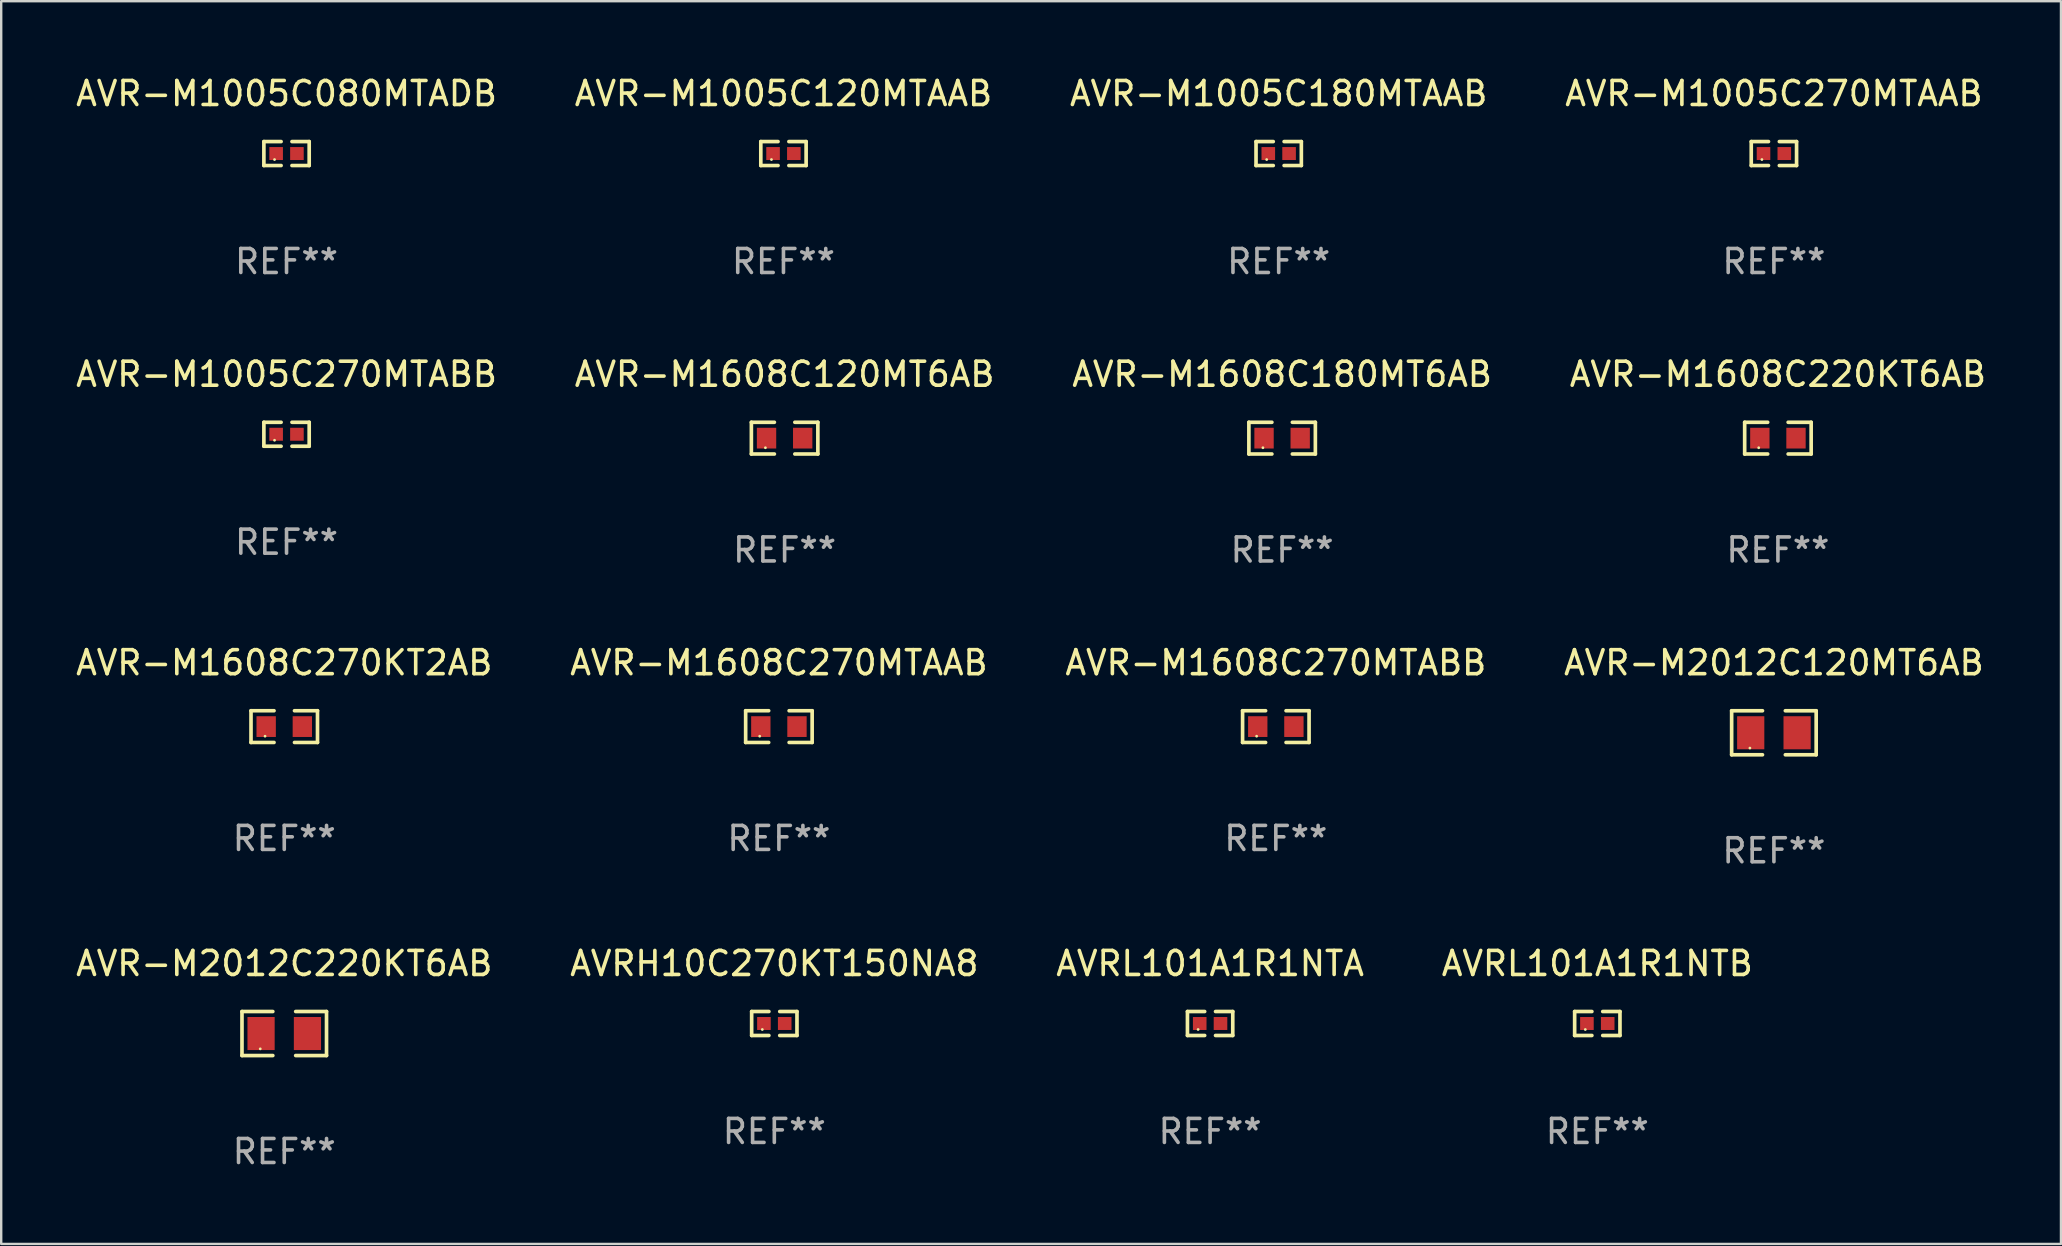
<source format=kicad_pcb>
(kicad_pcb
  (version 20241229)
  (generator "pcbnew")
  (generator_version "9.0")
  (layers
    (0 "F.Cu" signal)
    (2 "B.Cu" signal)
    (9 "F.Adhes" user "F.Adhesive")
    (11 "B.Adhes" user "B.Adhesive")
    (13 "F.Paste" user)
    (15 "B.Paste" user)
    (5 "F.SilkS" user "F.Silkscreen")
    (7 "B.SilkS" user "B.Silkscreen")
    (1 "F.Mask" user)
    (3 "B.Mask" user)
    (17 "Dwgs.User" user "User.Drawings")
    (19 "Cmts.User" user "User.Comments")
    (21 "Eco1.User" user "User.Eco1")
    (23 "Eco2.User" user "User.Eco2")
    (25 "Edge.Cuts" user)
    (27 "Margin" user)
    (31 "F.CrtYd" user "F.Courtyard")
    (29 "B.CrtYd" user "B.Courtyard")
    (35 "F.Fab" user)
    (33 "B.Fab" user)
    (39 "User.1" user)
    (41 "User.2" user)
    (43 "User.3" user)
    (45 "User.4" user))
  (footprint "AVRL101A1R1NTB"
    (layer "F.Cu")
    (at 63.494 39.589)
    (property "Reference" "AVRL101A1R1NTB" (at 0 -2.499 0) (layer "F.SilkS") (effects (font (size 1 1) (thickness 0.15))))
    (attr through_hole)
    (fp_line (start -0.944 -0.499) (end -0.226 -0.499) (stroke (width 0.152) (type solid)) (layer "F.SilkS"))
    (fp_line (start -0.944 0.499) (end -0.944 -0.499) (stroke (width 0.152) (type solid)) (layer "F.SilkS"))
    (fp_line (start -0.226 0.499) (end -0.944 0.499) (stroke (width 0.152) (type solid)) (layer "F.SilkS"))
    (fp_line (start 0.226 0.499) (end 0.944 0.499) (stroke (width 0.152) (type solid)) (layer "F.SilkS"))
    (fp_line (start 0.944 -0.499) (end 0.226 -0.499) (stroke (width 0.152) (type solid)) (layer "F.SilkS"))
    (fp_line (start 0.944 0.499) (end 0.944 -0.499) (stroke (width 0.152) (type solid)) (layer "F.SilkS"))
    (fp_circle (center -0.5 0.25) (end -0.47 0.25) (stroke (width 0.06) (type solid)) (fill no) (layer "F.SilkS"))
    (fp_text user "REF**" (at 0 4.499 0) (layer "F.Fab") (effects (font (size 1 1) (thickness 0.15))))
    (pad "1" smd rect (at -0.433 0) (size 0.566 0.54) (layers "F.Cu" "F.Mask" "F.Paste"))
    (pad "2" smd rect (at 0.433 0) (size 0.566 0.54) (layers "F.Cu" "F.Mask" "F.Paste")))
  (footprint "AVR-M2012C220KT6AB"
    (layer "F.Cu")
    (at 8.792 40.007)
    (property "Reference" "AVR-M2012C220KT6AB" (at 0 -2.917 0) (layer "F.SilkS") (effects (font (size 1 1) (thickness 0.15))))
    (attr through_hole)
    (fp_line (start -1.761 -0.917) (end -0.476 -0.917) (stroke (width 0.152) (type solid)) (layer "F.SilkS"))
    (fp_line (start -1.761 0.917) (end -1.761 -0.917) (stroke (width 0.152) (type solid)) (layer "F.SilkS"))
    (fp_line (start -0.476 0.917) (end -1.761 0.917) (stroke (width 0.152) (type solid)) (layer "F.SilkS"))
    (fp_line (start 0.476 0.917) (end 1.761 0.917) (stroke (width 0.152) (type solid)) (layer "F.SilkS"))
    (fp_line (start 1.761 -0.917) (end 0.476 -0.917) (stroke (width 0.152) (type solid)) (layer "F.SilkS"))
    (fp_line (start 1.761 0.917) (end 1.761 -0.917) (stroke (width 0.152) (type solid)) (layer "F.SilkS"))
    (fp_circle (center -1 0.638) (end -0.97 0.638) (stroke (width 0.06) (type solid)) (fill no) (layer "F.SilkS"))
    (fp_text user "REF**" (at 0 4.917 0) (layer "F.Fab") (effects (font (size 1 1) (thickness 0.15))))
    (pad "1" smd rect (at -0.966 0) (size 1.133 1.377) (layers "F.Cu" "F.Mask" "F.Paste"))
    (pad "2" smd rect (at 0.966 0) (size 1.133 1.377) (layers "F.Cu" "F.Mask" "F.Paste")))
  (footprint "AVR-M1608C270MTAAB"
    (layer "F.Cu")
    (at 29.399 27.22)
    (property "Reference" "AVR-M1608C270MTAAB" (at 0 -2.661 0) (layer "F.SilkS") (effects (font (size 1 1) (thickness 0.15))))
    (attr through_hole)
    (fp_line (start -1.385 -0.661) (end -0.426 -0.661) (stroke (width 0.152) (type solid)) (layer "F.SilkS"))
    (fp_line (start -1.385 0.661) (end -1.385 -0.661) (stroke (width 0.152) (type solid)) (layer "F.SilkS"))
    (fp_line (start -0.426 0.661) (end -1.385 0.661) (stroke (width 0.152) (type solid)) (layer "F.SilkS"))
    (fp_line (start 0.426 0.661) (end 1.385 0.661) (stroke (width 0.152) (type solid)) (layer "F.SilkS"))
    (fp_line (start 1.385 -0.661) (end 0.426 -0.661) (stroke (width 0.152) (type solid)) (layer "F.SilkS"))
    (fp_line (start 1.385 0.661) (end 1.385 -0.661) (stroke (width 0.152) (type solid)) (layer "F.SilkS"))
    (fp_circle (center -0.8 0.4) (end -0.77 0.4) (stroke (width 0.06) (type solid)) (fill no) (layer "F.SilkS"))
    (fp_text user "REF**" (at 0 4.661 0) (layer "F.Fab") (effects (font (size 1 1) (thickness 0.15))))
    (pad "1" smd rect (at -0.753 0) (size 0.806 0.864) (layers "F.Cu" "F.Mask" "F.Paste"))
    (pad "2" smd rect (at 0.753 0) (size 0.806 0.864) (layers "F.Cu" "F.Mask" "F.Paste")))
  (footprint "AVR-M1005C120MTAAB"
    (layer "F.Cu")
    (at 29.589 3.347)
    (property "Reference" "AVR-M1005C120MTAAB" (at 0 -2.499 0) (layer "F.SilkS") (effects (font (size 1 1) (thickness 0.15))))
    (attr through_hole)
    (fp_line (start -0.944 -0.499) (end -0.226 -0.499) (stroke (width 0.152) (type solid)) (layer "F.SilkS"))
    (fp_line (start -0.944 0.499) (end -0.944 -0.499) (stroke (width 0.152) (type solid)) (layer "F.SilkS"))
    (fp_line (start -0.226 0.499) (end -0.944 0.499) (stroke (width 0.152) (type solid)) (layer "F.SilkS"))
    (fp_line (start 0.226 0.499) (end 0.944 0.499) (stroke (width 0.152) (type solid)) (layer "F.SilkS"))
    (fp_line (start 0.944 -0.499) (end 0.226 -0.499) (stroke (width 0.152) (type solid)) (layer "F.SilkS"))
    (fp_line (start 0.944 0.499) (end 0.944 -0.499) (stroke (width 0.152) (type solid)) (layer "F.SilkS"))
    (fp_circle (center -0.5 0.25) (end -0.47 0.25) (stroke (width 0.06) (type solid)) (fill no) (layer "F.SilkS"))
    (fp_text user "REF**" (at 0 4.499 0) (layer "F.Fab") (effects (font (size 1 1) (thickness 0.15))))
    (pad "1" smd rect (at -0.433 0) (size 0.566 0.54) (layers "F.Cu" "F.Mask" "F.Paste"))
    (pad "2" smd rect (at 0.433 0) (size 0.566 0.54) (layers "F.Cu" "F.Mask" "F.Paste")))
  (footprint "AVRL101A1R1NTA"
    (layer "F.Cu")
    (at 47.363 39.589)
    (property "Reference" "AVRL101A1R1NTA" (at 0 -2.499 0) (layer "F.SilkS") (effects (font (size 1 1) (thickness 0.15))))
    (attr through_hole)
    (fp_line (start -0.944 -0.499) (end -0.226 -0.499) (stroke (width 0.152) (type solid)) (layer "F.SilkS"))
    (fp_line (start -0.944 0.499) (end -0.944 -0.499) (stroke (width 0.152) (type solid)) (layer "F.SilkS"))
    (fp_line (start -0.226 0.499) (end -0.944 0.499) (stroke (width 0.152) (type solid)) (layer "F.SilkS"))
    (fp_line (start 0.226 0.499) (end 0.944 0.499) (stroke (width 0.152) (type solid)) (layer "F.SilkS"))
    (fp_line (start 0.944 -0.499) (end 0.226 -0.499) (stroke (width 0.152) (type solid)) (layer "F.SilkS"))
    (fp_line (start 0.944 0.499) (end 0.944 -0.499) (stroke (width 0.152) (type solid)) (layer "F.SilkS"))
    (fp_circle (center -0.5 0.25) (end -0.47 0.25) (stroke (width 0.06) (type solid)) (fill no) (layer "F.SilkS"))
    (fp_text user "REF**" (at 0 4.499 0) (layer "F.Fab") (effects (font (size 1 1) (thickness 0.15))))
    (pad "1" smd rect (at -0.433 0) (size 0.566 0.54) (layers "F.Cu" "F.Mask" "F.Paste"))
    (pad "2" smd rect (at 0.433 0) (size 0.566 0.54) (layers "F.Cu" "F.Mask" "F.Paste")))
  (footprint "AVR-M1608C220KT6AB"
    (layer "F.Cu")
    (at 71.018 15.203)
    (property "Reference" "AVR-M1608C220KT6AB" (at 0 -2.661 0) (layer "F.SilkS") (effects (font (size 1 1) (thickness 0.15))))
    (attr through_hole)
    (fp_line (start -1.385 -0.661) (end -0.426 -0.661) (stroke (width 0.152) (type solid)) (layer "F.SilkS"))
    (fp_line (start -1.385 0.661) (end -1.385 -0.661) (stroke (width 0.152) (type solid)) (layer "F.SilkS"))
    (fp_line (start -0.426 0.661) (end -1.385 0.661) (stroke (width 0.152) (type solid)) (layer "F.SilkS"))
    (fp_line (start 0.426 0.661) (end 1.385 0.661) (stroke (width 0.152) (type solid)) (layer "F.SilkS"))
    (fp_line (start 1.385 -0.661) (end 0.426 -0.661) (stroke (width 0.152) (type solid)) (layer "F.SilkS"))
    (fp_line (start 1.385 0.661) (end 1.385 -0.661) (stroke (width 0.152) (type solid)) (layer "F.SilkS"))
    (fp_circle (center -0.8 0.4) (end -0.77 0.4) (stroke (width 0.06) (type solid)) (fill no) (layer "F.SilkS"))
    (fp_text user "REF**" (at 0 4.661 0) (layer "F.Fab") (effects (font (size 1 1) (thickness 0.15))))
    (pad "1" smd rect (at -0.753 0) (size 0.806 0.864) (layers "F.Cu" "F.Mask" "F.Paste"))
    (pad "2" smd rect (at 0.753 0) (size 0.806 0.864) (layers "F.Cu" "F.Mask" "F.Paste")))
  (footprint "AVR-M1608C120MT6AB"
    (layer "F.Cu")
    (at 29.637 15.203)
    (property "Reference" "AVR-M1608C120MT6AB" (at 0 -2.661 0) (layer "F.SilkS") (effects (font (size 1 1) (thickness 0.15))))
    (attr through_hole)
    (fp_line (start -1.385 -0.661) (end -0.426 -0.661) (stroke (width 0.152) (type solid)) (layer "F.SilkS"))
    (fp_line (start -1.385 0.661) (end -1.385 -0.661) (stroke (width 0.152) (type solid)) (layer "F.SilkS"))
    (fp_line (start -0.426 0.661) (end -1.385 0.661) (stroke (width 0.152) (type solid)) (layer "F.SilkS"))
    (fp_line (start 0.426 0.661) (end 1.385 0.661) (stroke (width 0.152) (type solid)) (layer "F.SilkS"))
    (fp_line (start 1.385 -0.661) (end 0.426 -0.661) (stroke (width 0.152) (type solid)) (layer "F.SilkS"))
    (fp_line (start 1.385 0.661) (end 1.385 -0.661) (stroke (width 0.152) (type solid)) (layer "F.SilkS"))
    (fp_circle (center -0.8 0.4) (end -0.77 0.4) (stroke (width 0.06) (type solid)) (fill no) (layer "F.SilkS"))
    (fp_text user "REF**" (at 0 4.661 0) (layer "F.Fab") (effects (font (size 1 1) (thickness 0.15))))
    (pad "1" smd rect (at -0.753 0) (size 0.806 0.864) (layers "F.Cu" "F.Mask" "F.Paste"))
    (pad "2" smd rect (at 0.753 0) (size 0.806 0.864) (layers "F.Cu" "F.Mask" "F.Paste")))
  (footprint "AVR-M1608C270KT2AB"
    (layer "F.Cu")
    (at 8.792 27.22)
    (property "Reference" "AVR-M1608C270KT2AB" (at 0 -2.661 0) (layer "F.SilkS") (effects (font (size 1 1) (thickness 0.15))))
    (attr through_hole)
    (fp_line (start -1.385 -0.661) (end -0.426 -0.661) (stroke (width 0.152) (type solid)) (layer "F.SilkS"))
    (fp_line (start -1.385 0.661) (end -1.385 -0.661) (stroke (width 0.152) (type solid)) (layer "F.SilkS"))
    (fp_line (start -0.426 0.661) (end -1.385 0.661) (stroke (width 0.152) (type solid)) (layer "F.SilkS"))
    (fp_line (start 0.426 0.661) (end 1.385 0.661) (stroke (width 0.152) (type solid)) (layer "F.SilkS"))
    (fp_line (start 1.385 -0.661) (end 0.426 -0.661) (stroke (width 0.152) (type solid)) (layer "F.SilkS"))
    (fp_line (start 1.385 0.661) (end 1.385 -0.661) (stroke (width 0.152) (type solid)) (layer "F.SilkS"))
    (fp_circle (center -0.8 0.4) (end -0.77 0.4) (stroke (width 0.06) (type solid)) (fill no) (layer "F.SilkS"))
    (fp_text user "REF**" (at 0 4.661 0) (layer "F.Fab") (effects (font (size 1 1) (thickness 0.15))))
    (pad "1" smd rect (at -0.753 0) (size 0.806 0.864) (layers "F.Cu" "F.Mask" "F.Paste"))
    (pad "2" smd rect (at 0.753 0) (size 0.806 0.864) (layers "F.Cu" "F.Mask" "F.Paste")))
  (footprint "AVR-M1608C180MT6AB"
    (layer "F.Cu")
    (at 50.363 15.203)
    (property "Reference" "AVR-M1608C180MT6AB" (at 0 -2.661 0) (layer "F.SilkS") (effects (font (size 1 1) (thickness 0.15))))
    (attr through_hole)
    (fp_line (start -1.385 -0.661) (end -0.426 -0.661) (stroke (width 0.152) (type solid)) (layer "F.SilkS"))
    (fp_line (start -1.385 0.661) (end -1.385 -0.661) (stroke (width 0.152) (type solid)) (layer "F.SilkS"))
    (fp_line (start -0.426 0.661) (end -1.385 0.661) (stroke (width 0.152) (type solid)) (layer "F.SilkS"))
    (fp_line (start 0.426 0.661) (end 1.385 0.661) (stroke (width 0.152) (type solid)) (layer "F.SilkS"))
    (fp_line (start 1.385 -0.661) (end 0.426 -0.661) (stroke (width 0.152) (type solid)) (layer "F.SilkS"))
    (fp_line (start 1.385 0.661) (end 1.385 -0.661) (stroke (width 0.152) (type solid)) (layer "F.SilkS"))
    (fp_circle (center -0.8 0.4) (end -0.77 0.4) (stroke (width 0.06) (type solid)) (fill no) (layer "F.SilkS"))
    (fp_text user "REF**" (at 0 4.661 0) (layer "F.Fab") (effects (font (size 1 1) (thickness 0.15))))
    (pad "1" smd rect (at -0.753 0) (size 0.806 0.864) (layers "F.Cu" "F.Mask" "F.Paste"))
    (pad "2" smd rect (at 0.753 0) (size 0.806 0.864) (layers "F.Cu" "F.Mask" "F.Paste")))
  (footprint "AVR-M1005C080MTADB"
    (layer "F.Cu")
    (at 8.887 3.347)
    (property "Reference" "AVR-M1005C080MTADB" (at 0 -2.499 0) (layer "F.SilkS") (effects (font (size 1 1) (thickness 0.15))))
    (attr through_hole)
    (fp_line (start -0.944 -0.499) (end -0.226 -0.499) (stroke (width 0.152) (type solid)) (layer "F.SilkS"))
    (fp_line (start -0.944 0.499) (end -0.944 -0.499) (stroke (width 0.152) (type solid)) (layer "F.SilkS"))
    (fp_line (start -0.226 0.499) (end -0.944 0.499) (stroke (width 0.152) (type solid)) (layer "F.SilkS"))
    (fp_line (start 0.226 0.499) (end 0.944 0.499) (stroke (width 0.152) (type solid)) (layer "F.SilkS"))
    (fp_line (start 0.944 -0.499) (end 0.226 -0.499) (stroke (width 0.152) (type solid)) (layer "F.SilkS"))
    (fp_line (start 0.944 0.499) (end 0.944 -0.499) (stroke (width 0.152) (type solid)) (layer "F.SilkS"))
    (fp_circle (center -0.5 0.25) (end -0.47 0.25) (stroke (width 0.06) (type solid)) (fill no) (layer "F.SilkS"))
    (fp_text user "REF**" (at 0 4.499 0) (layer "F.Fab") (effects (font (size 1 1) (thickness 0.15))))
    (pad "1" smd rect (at -0.433 0) (size 0.566 0.54) (layers "F.Cu" "F.Mask" "F.Paste"))
    (pad "2" smd rect (at 0.433 0) (size 0.566 0.54) (layers "F.Cu" "F.Mask" "F.Paste")))
  (footprint "AVR-M2012C120MT6AB"
    (layer "F.Cu")
    (at 70.851 27.477)
    (property "Reference" "AVR-M2012C120MT6AB" (at 0 -2.917 0) (layer "F.SilkS") (effects (font (size 1 1) (thickness 0.15))))
    (attr through_hole)
    (fp_line (start -1.761 -0.917) (end -0.476 -0.917) (stroke (width 0.152) (type solid)) (layer "F.SilkS"))
    (fp_line (start -1.761 0.917) (end -1.761 -0.917) (stroke (width 0.152) (type solid)) (layer "F.SilkS"))
    (fp_line (start -0.476 0.917) (end -1.761 0.917) (stroke (width 0.152) (type solid)) (layer "F.SilkS"))
    (fp_line (start 0.476 0.917) (end 1.761 0.917) (stroke (width 0.152) (type solid)) (layer "F.SilkS"))
    (fp_line (start 1.761 -0.917) (end 0.476 -0.917) (stroke (width 0.152) (type solid)) (layer "F.SilkS"))
    (fp_line (start 1.761 0.917) (end 1.761 -0.917) (stroke (width 0.152) (type solid)) (layer "F.SilkS"))
    (fp_circle (center -1 0.638) (end -0.97 0.638) (stroke (width 0.06) (type solid)) (fill no) (layer "F.SilkS"))
    (fp_text user "REF**" (at 0 4.917 0) (layer "F.Fab") (effects (font (size 1 1) (thickness 0.15))))
    (pad "1" smd rect (at -0.966 0) (size 1.133 1.377) (layers "F.Cu" "F.Mask" "F.Paste"))
    (pad "2" smd rect (at 0.966 0) (size 1.133 1.377) (layers "F.Cu" "F.Mask" "F.Paste")))
  (footprint "AVR-M1608C270MTABB"
    (layer "F.Cu")
    (at 50.101 27.22)
    (property "Reference" "AVR-M1608C270MTABB" (at 0 -2.661 0) (layer "F.SilkS") (effects (font (size 1 1) (thickness 0.15))))
    (attr through_hole)
    (fp_line (start -1.385 -0.661) (end -0.426 -0.661) (stroke (width 0.152) (type solid)) (layer "F.SilkS"))
    (fp_line (start -1.385 0.661) (end -1.385 -0.661) (stroke (width 0.152) (type solid)) (layer "F.SilkS"))
    (fp_line (start -0.426 0.661) (end -1.385 0.661) (stroke (width 0.152) (type solid)) (layer "F.SilkS"))
    (fp_line (start 0.426 0.661) (end 1.385 0.661) (stroke (width 0.152) (type solid)) (layer "F.SilkS"))
    (fp_line (start 1.385 -0.661) (end 0.426 -0.661) (stroke (width 0.152) (type solid)) (layer "F.SilkS"))
    (fp_line (start 1.385 0.661) (end 1.385 -0.661) (stroke (width 0.152) (type solid)) (layer "F.SilkS"))
    (fp_circle (center -0.8 0.4) (end -0.77 0.4) (stroke (width 0.06) (type solid)) (fill no) (layer "F.SilkS"))
    (fp_text user "REF**" (at 0 4.661 0) (layer "F.Fab") (effects (font (size 1 1) (thickness 0.15))))
    (pad "1" smd rect (at -0.753 0) (size 0.806 0.864) (layers "F.Cu" "F.Mask" "F.Paste"))
    (pad "2" smd rect (at 0.753 0) (size 0.806 0.864) (layers "F.Cu" "F.Mask" "F.Paste")))
  (footprint "AVRH10C270KT150NA8"
    (layer "F.Cu")
    (at 29.208 39.589)
    (property "Reference" "AVRH10C270KT150NA8" (at 0 -2.499 0) (layer "F.SilkS") (effects (font (size 1 1) (thickness 0.15))))
    (attr through_hole)
    (fp_line (start -0.944 -0.499) (end -0.226 -0.499) (stroke (width 0.152) (type solid)) (layer "F.SilkS"))
    (fp_line (start -0.944 0.499) (end -0.944 -0.499) (stroke (width 0.152) (type solid)) (layer "F.SilkS"))
    (fp_line (start -0.226 0.499) (end -0.944 0.499) (stroke (width 0.152) (type solid)) (layer "F.SilkS"))
    (fp_line (start 0.226 0.499) (end 0.944 0.499) (stroke (width 0.152) (type solid)) (layer "F.SilkS"))
    (fp_line (start 0.944 -0.499) (end 0.226 -0.499) (stroke (width 0.152) (type solid)) (layer "F.SilkS"))
    (fp_line (start 0.944 0.499) (end 0.944 -0.499) (stroke (width 0.152) (type solid)) (layer "F.SilkS"))
    (fp_circle (center -0.5 0.25) (end -0.47 0.25) (stroke (width 0.06) (type solid)) (fill no) (layer "F.SilkS"))
    (fp_text user "REF**" (at 0 4.499 0) (layer "F.Fab") (effects (font (size 1 1) (thickness 0.15))))
    (pad "1" smd rect (at -0.433 0) (size 0.566 0.54) (layers "F.Cu" "F.Mask" "F.Paste"))
    (pad "2" smd rect (at 0.433 0) (size 0.566 0.54) (layers "F.Cu" "F.Mask" "F.Paste")))
  (footprint "AVR-M1005C180MTAAB"
    (layer "F.Cu")
    (at 50.22 3.347)
    (property "Reference" "AVR-M1005C180MTAAB" (at 0 -2.499 0) (layer "F.SilkS") (effects (font (size 1 1) (thickness 0.15))))
    (attr through_hole)
    (fp_line (start -0.944 -0.499) (end -0.226 -0.499) (stroke (width 0.152) (type solid)) (layer "F.SilkS"))
    (fp_line (start -0.944 0.499) (end -0.944 -0.499) (stroke (width 0.152) (type solid)) (layer "F.SilkS"))
    (fp_line (start -0.226 0.499) (end -0.944 0.499) (stroke (width 0.152) (type solid)) (layer "F.SilkS"))
    (fp_line (start 0.226 0.499) (end 0.944 0.499) (stroke (width 0.152) (type solid)) (layer "F.SilkS"))
    (fp_line (start 0.944 -0.499) (end 0.226 -0.499) (stroke (width 0.152) (type solid)) (layer "F.SilkS"))
    (fp_line (start 0.944 0.499) (end 0.944 -0.499) (stroke (width 0.152) (type solid)) (layer "F.SilkS"))
    (fp_circle (center -0.5 0.25) (end -0.47 0.25) (stroke (width 0.06) (type solid)) (fill no) (layer "F.SilkS"))
    (fp_text user "REF**" (at 0 4.499 0) (layer "F.Fab") (effects (font (size 1 1) (thickness 0.15))))
    (pad "1" smd rect (at -0.433 0) (size 0.566 0.54) (layers "F.Cu" "F.Mask" "F.Paste"))
    (pad "2" smd rect (at 0.433 0) (size 0.566 0.54) (layers "F.Cu" "F.Mask" "F.Paste")))
  (footprint "AVR-M1005C270MTAAB"
    (layer "F.Cu")
    (at 70.851 3.347)
    (property "Reference" "AVR-M1005C270MTAAB" (at 0 -2.499 0) (layer "F.SilkS") (effects (font (size 1 1) (thickness 0.15))))
    (attr through_hole)
    (fp_line (start -0.944 -0.499) (end -0.226 -0.499) (stroke (width 0.152) (type solid)) (layer "F.SilkS"))
    (fp_line (start -0.944 0.499) (end -0.944 -0.499) (stroke (width 0.152) (type solid)) (layer "F.SilkS"))
    (fp_line (start -0.226 0.499) (end -0.944 0.499) (stroke (width 0.152) (type solid)) (layer "F.SilkS"))
    (fp_line (start 0.226 0.499) (end 0.944 0.499) (stroke (width 0.152) (type solid)) (layer "F.SilkS"))
    (fp_line (start 0.944 -0.499) (end 0.226 -0.499) (stroke (width 0.152) (type solid)) (layer "F.SilkS"))
    (fp_line (start 0.944 0.499) (end 0.944 -0.499) (stroke (width 0.152) (type solid)) (layer "F.SilkS"))
    (fp_circle (center -0.5 0.25) (end -0.47 0.25) (stroke (width 0.06) (type solid)) (fill no) (layer "F.SilkS"))
    (fp_text user "REF**" (at 0 4.499 0) (layer "F.Fab") (effects (font (size 1 1) (thickness 0.15))))
    (pad "1" smd rect (at -0.433 0) (size 0.566 0.54) (layers "F.Cu" "F.Mask" "F.Paste"))
    (pad "2" smd rect (at 0.433 0) (size 0.566 0.54) (layers "F.Cu" "F.Mask" "F.Paste")))
  (footprint "AVR-M1005C270MTABB"
    (layer "F.Cu")
    (at 8.887 15.041)
    (property "Reference" "AVR-M1005C270MTABB" (at 0 -2.499 0) (layer "F.SilkS") (effects (font (size 1 1) (thickness 0.15))))
    (attr through_hole)
    (fp_line (start -0.944 -0.499) (end -0.226 -0.499) (stroke (width 0.152) (type solid)) (layer "F.SilkS"))
    (fp_line (start -0.944 0.499) (end -0.944 -0.499) (stroke (width 0.152) (type solid)) (layer "F.SilkS"))
    (fp_line (start -0.226 0.499) (end -0.944 0.499) (stroke (width 0.152) (type solid)) (layer "F.SilkS"))
    (fp_line (start 0.226 0.499) (end 0.944 0.499) (stroke (width 0.152) (type solid)) (layer "F.SilkS"))
    (fp_line (start 0.944 -0.499) (end 0.226 -0.499) (stroke (width 0.152) (type solid)) (layer "F.SilkS"))
    (fp_line (start 0.944 0.499) (end 0.944 -0.499) (stroke (width 0.152) (type solid)) (layer "F.SilkS"))
    (fp_circle (center -0.5 0.25) (end -0.47 0.25) (stroke (width 0.06) (type solid)) (fill no) (layer "F.SilkS"))
    (fp_text user "REF**" (at 0 4.499 0) (layer "F.Fab") (effects (font (size 1 1) (thickness 0.15))))
    (pad "1" smd rect (at -0.433 0) (size 0.566 0.54) (layers "F.Cu" "F.Mask" "F.Paste"))
    (pad "2" smd rect (at 0.433 0) (size 0.566 0.54) (layers "F.Cu" "F.Mask" "F.Paste")))
  (gr_rect
    (start -3 -3)
    (end 82.81 48.773)
    (stroke (width 0.1) (type default))
    (fill no)
    (layer "Edge.Cuts")))
</source>
